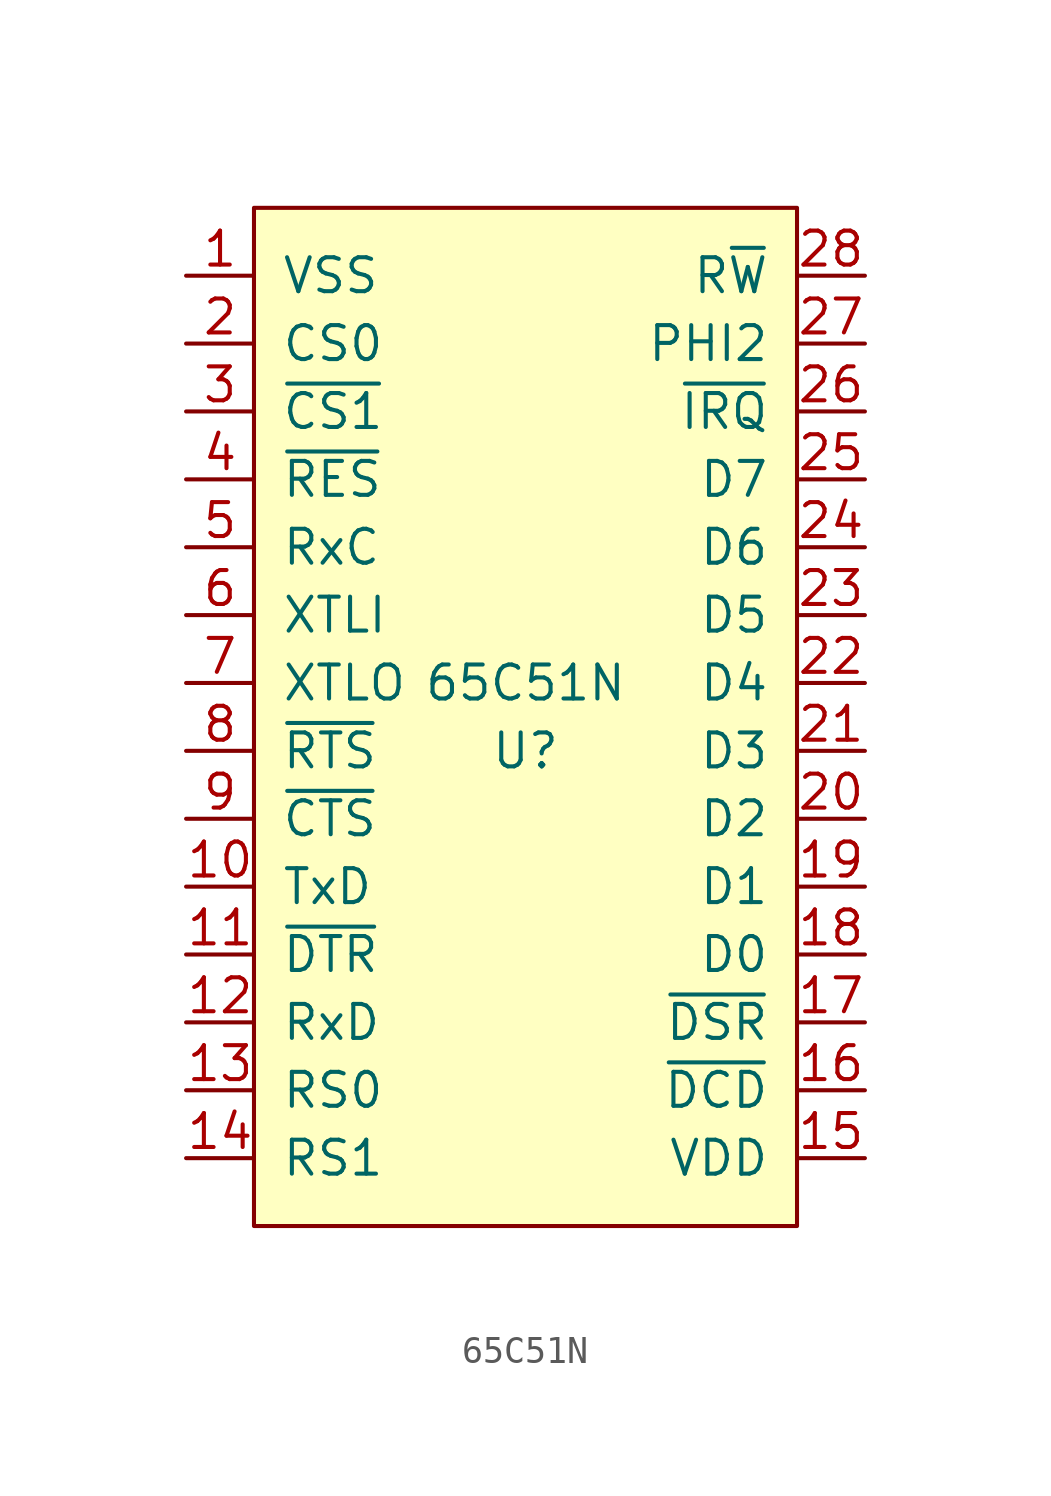
<source format=kicad_sym>
(kicad_symbol_lib
  (version 20231120)
  (generator "kicad_symbol_editor")
  (generator_version "8.0")
  (symbol "65C51N"
    (pin_names
      (offset 1.016))
    (property "Reference" "U"
      (at 0 -1.27 0)
      (effects (font (size 1.27 1.27))))
    (property "Value" "65C51N"
      (at 0 1.27 0)
      (effects (font (size 1.27 1.27))))
    (symbol "65C51N_0_1"
      (rectangle (start -10.16 19.05) (end 10.16 -19.05) (stroke (width 0) (type solid)) (fill (type background))))
    (symbol "65C51N_1_1"
      (pin power_in line (at -12.7 16.51 0) (length 2.54) (name "VSS" (effects (font (size 1.27 1.27)))) (number "1" (effects (font (size 1.27 1.27)))))
      (pin output line (at -12.7 -6.35 0) (length 2.54) (name "TxD" (effects (font (size 1.27 1.27)))) (number "10" (effects (font (size 1.27 1.27)))))
      (pin output line (at -12.7 -8.89 0) (length 2.54) (name "~{DTR}" (effects (font (size 1.27 1.27)))) (number "11" (effects (font (size 1.27 1.27)))))
      (pin input line (at -12.7 -11.43 0) (length 2.54) (name "RxD" (effects (font (size 1.27 1.27)))) (number "12" (effects (font (size 1.27 1.27)))))
      (pin input line (at -12.7 -13.97 0) (length 2.54) (name "RS0" (effects (font (size 1.27 1.27)))) (number "13" (effects (font (size 1.27 1.27)))))
      (pin input line (at -12.7 -16.51 0) (length 2.54) (name "RS1" (effects (font (size 1.27 1.27)))) (number "14" (effects (font (size 1.27 1.27)))))
      (pin power_in line (at 12.7 -16.51 180) (length 2.54) (name "VDD" (effects (font (size 1.27 1.27)))) (number "15" (effects (font (size 1.27 1.27)))))
      (pin input line (at 12.7 -13.97 180) (length 2.54) (name "~{DCD}" (effects (font (size 1.27 1.27)))) (number "16" (effects (font (size 1.27 1.27)))))
      (pin input line (at 12.7 -11.43 180) (length 2.54) (name "~{DSR}" (effects (font (size 1.27 1.27)))) (number "17" (effects (font (size 1.27 1.27)))))
      (pin bidirectional line (at 12.7 -8.89 180) (length 2.54) (name "D0" (effects (font (size 1.27 1.27)))) (number "18" (effects (font (size 1.27 1.27)))))
      (pin bidirectional line (at 12.7 -6.35 180) (length 2.54) (name "D1" (effects (font (size 1.27 1.27)))) (number "19" (effects (font (size 1.27 1.27)))))
      (pin input line (at -12.7 13.97 0) (length 2.54) (name "CS0" (effects (font (size 1.27 1.27)))) (number "2" (effects (font (size 1.27 1.27)))))
      (pin bidirectional line (at 12.7 -3.81 180) (length 2.54) (name "D2" (effects (font (size 1.27 1.27)))) (number "20" (effects (font (size 1.27 1.27)))))
      (pin bidirectional line (at 12.7 -1.27 180) (length 2.54) (name "D3" (effects (font (size 1.27 1.27)))) (number "21" (effects (font (size 1.27 1.27)))))
      (pin bidirectional line (at 12.7 1.27 180) (length 2.54) (name "D4" (effects (font (size 1.27 1.27)))) (number "22" (effects (font (size 1.27 1.27)))))
      (pin bidirectional line (at 12.7 3.81 180) (length 2.54) (name "D5" (effects (font (size 1.27 1.27)))) (number "23" (effects (font (size 1.27 1.27)))))
      (pin bidirectional line (at 12.7 6.35 180) (length 2.54) (name "D6" (effects (font (size 1.27 1.27)))) (number "24" (effects (font (size 1.27 1.27)))))
      (pin bidirectional line (at 12.7 8.89 180) (length 2.54) (name "D7" (effects (font (size 1.27 1.27)))) (number "25" (effects (font (size 1.27 1.27)))))
      (pin output line (at 12.7 11.43 180) (length 2.54) (name "~{IRQ}" (effects (font (size 1.27 1.27)))) (number "26" (effects (font (size 1.27 1.27)))))
      (pin input line (at 12.7 13.97 180) (length 2.54) (name "PHI2" (effects (font (size 1.27 1.27)))) (number "27" (effects (font (size 1.27 1.27)))))
      (pin input line (at 12.7 16.51 180) (length 2.54) (name "R~{W}" (effects (font (size 1.27 1.27)))) (number "28" (effects (font (size 1.27 1.27)))))
      (pin input line (at -12.7 11.43 0) (length 2.54) (name "~{CS1}" (effects (font (size 1.27 1.27)))) (number "3" (effects (font (size 1.27 1.27)))))
      (pin input line (at -12.7 8.89 0) (length 2.54) (name "~{RES}" (effects (font (size 1.27 1.27)))) (number "4" (effects (font (size 1.27 1.27)))))
      (pin bidirectional line (at -12.7 6.35 0) (length 2.54) (name "RxC" (effects (font (size 1.27 1.27)))) (number "5" (effects (font (size 1.27 1.27)))))
      (pin input line (at -12.7 3.81 0) (length 2.54) (name "XTLI" (effects (font (size 1.27 1.27)))) (number "6" (effects (font (size 1.27 1.27)))))
      (pin output line (at -12.7 1.27 0) (length 2.54) (name "XTLO" (effects (font (size 1.27 1.27)))) (number "7" (effects (font (size 1.27 1.27)))))
      (pin output line (at -12.7 -1.27 0) (length 2.54) (name "~{RTS}" (effects (font (size 1.27 1.27)))) (number "8" (effects (font (size 1.27 1.27)))))
      (pin input line (at -12.7 -3.81 0) (length 2.54) (name "~{CTS}" (effects (font (size 1.27 1.27)))) (number "9" (effects (font (size 1.27 1.27))))))))
</source>
